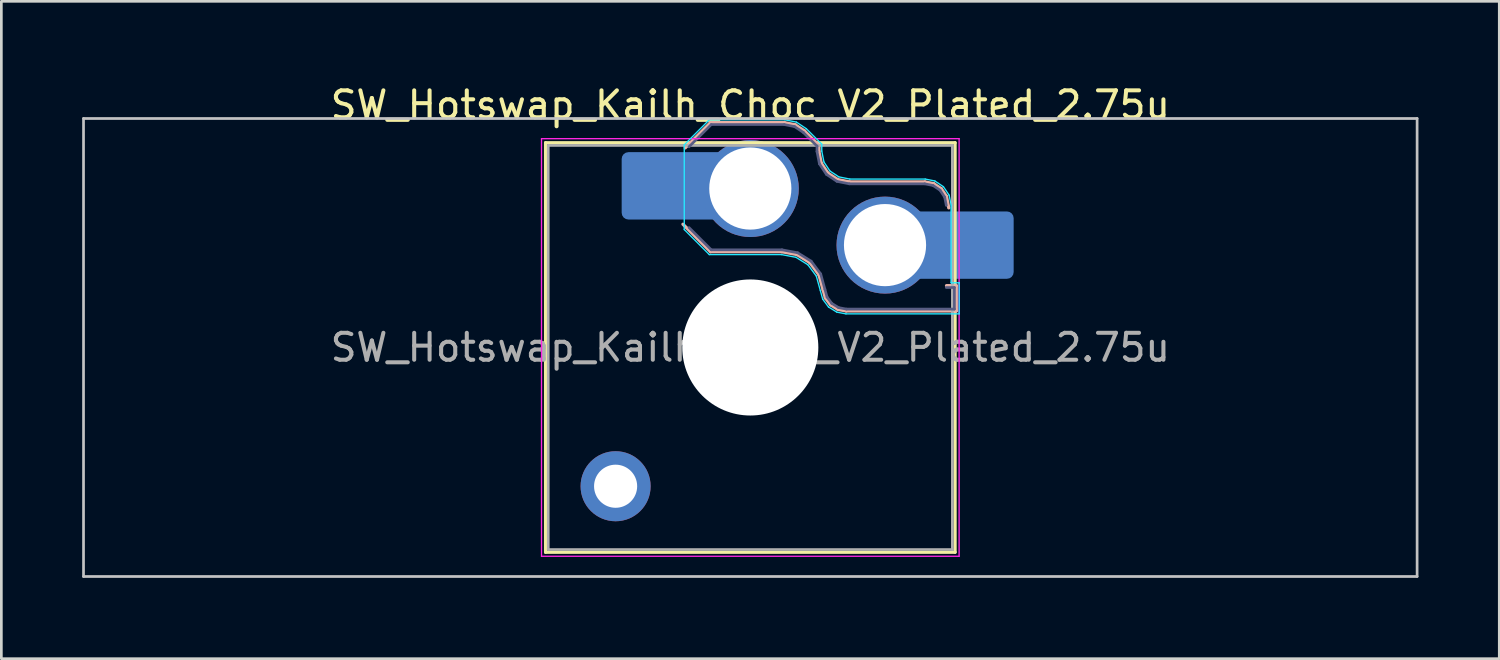
<source format=kicad_pcb>
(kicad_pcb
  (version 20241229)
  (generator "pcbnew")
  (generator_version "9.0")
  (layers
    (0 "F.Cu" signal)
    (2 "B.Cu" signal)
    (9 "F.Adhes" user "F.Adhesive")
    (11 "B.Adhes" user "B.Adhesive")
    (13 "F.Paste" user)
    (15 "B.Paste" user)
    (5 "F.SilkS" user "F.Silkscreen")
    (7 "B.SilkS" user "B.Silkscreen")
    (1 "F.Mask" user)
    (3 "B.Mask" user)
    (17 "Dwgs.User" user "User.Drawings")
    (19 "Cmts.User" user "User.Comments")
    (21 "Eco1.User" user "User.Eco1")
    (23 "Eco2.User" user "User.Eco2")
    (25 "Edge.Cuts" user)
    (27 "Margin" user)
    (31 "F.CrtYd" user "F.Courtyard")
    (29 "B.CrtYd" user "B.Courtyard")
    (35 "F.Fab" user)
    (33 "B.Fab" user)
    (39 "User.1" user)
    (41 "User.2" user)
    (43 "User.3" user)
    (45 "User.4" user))
  (footprint "SW_Hotswap_Kailh_Choc_V2_Plated_2.75u"
    (layer "F.Cu")
    (at 24.8 9.848)
    (property "Reference" "SW_Hotswap_Kailh_Choc_V2_Plated_2.75u" (at 0 -9 0) (layer "F.SilkS") (effects (font (size 1 1) (thickness 0.15))))
    (attr smd)
    (fp_line (start -7.6 -7.6) (end -7.6 7.6) (stroke (width 0.12) (type solid)) (layer "F.SilkS"))
    (fp_line (start -7.6 7.6) (end 7.6 7.6) (stroke (width 0.12) (type solid)) (layer "F.SilkS"))
    (fp_line (start 7.6 -7.6) (end -7.6 -7.6) (stroke (width 0.12) (type solid)) (layer "F.SilkS"))
    (fp_line (start 7.6 7.6) (end 7.6 -7.6) (stroke (width 0.12) (type solid)) (layer "F.SilkS"))
    (fp_line (start -2.416 -7.409) (end -1.479 -8.346) (stroke (width 0.12) (type solid)) (layer "B.SilkS"))
    (fp_line (start -1.479 -8.346) (end 1.268 -8.346) (stroke (width 0.12) (type solid)) (layer "B.SilkS"))
    (fp_line (start -1.479 -3.554) (end -2.5 -4.575) (stroke (width 0.12) (type solid)) (layer "B.SilkS"))
    (fp_line (start 1.168 -3.554) (end -1.479 -3.554) (stroke (width 0.12) (type solid)) (layer "B.SilkS"))
    (fp_line (start 1.268 -8.346) (end 1.671 -8.266) (stroke (width 0.12) (type solid)) (layer "B.SilkS"))
    (fp_line (start 1.671 -8.266) (end 2.013 -8.037) (stroke (width 0.12) (type solid)) (layer "B.SilkS"))
    (fp_line (start 1.73 -3.449) (end 1.168 -3.554) (stroke (width 0.12) (type solid)) (layer "B.SilkS"))
    (fp_line (start 2.013 -8.037) (end 2.546 -7.504) (stroke (width 0.12) (type solid)) (layer "B.SilkS"))
    (fp_line (start 2.209 -3.15) (end 1.73 -3.449) (stroke (width 0.12) (type solid)) (layer "B.SilkS"))
    (fp_line (start 2.546 -7.504) (end 2.546 -7.282) (stroke (width 0.12) (type solid)) (layer "B.SilkS"))
    (fp_line (start 2.546 -7.282) (end 2.633 -6.844) (stroke (width 0.12) (type solid)) (layer "B.SilkS"))
    (fp_line (start 2.547 -2.697) (end 2.209 -3.15) (stroke (width 0.12) (type solid)) (layer "B.SilkS"))
    (fp_line (start 2.633 -6.844) (end 2.877 -6.477) (stroke (width 0.12) (type solid)) (layer "B.SilkS"))
    (fp_line (start 2.701 -2.139) (end 2.547 -2.697) (stroke (width 0.12) (type solid)) (layer "B.SilkS"))
    (fp_line (start 2.783 -1.841) (end 2.701 -2.139) (stroke (width 0.12) (type solid)) (layer "B.SilkS"))
    (fp_line (start 2.877 -6.477) (end 3.244 -6.233) (stroke (width 0.12) (type solid)) (layer "B.SilkS"))
    (fp_line (start 2.976 -1.583) (end 2.783 -1.841) (stroke (width 0.12) (type solid)) (layer "B.SilkS"))
    (fp_line (start 3.244 -6.233) (end 3.682 -6.146) (stroke (width 0.12) (type solid)) (layer "B.SilkS"))
    (fp_line (start 3.25 -1.413) (end 2.976 -1.583) (stroke (width 0.12) (type solid)) (layer "B.SilkS"))
    (fp_line (start 3.56 -1.354) (end 3.25 -1.413) (stroke (width 0.12) (type solid)) (layer "B.SilkS"))
    (fp_line (start 3.682 -6.146) (end 6.482 -6.146) (stroke (width 0.12) (type solid)) (layer "B.SilkS"))
    (fp_line (start 6.482 -6.146) (end 6.809 -6.081) (stroke (width 0.12) (type solid)) (layer "B.SilkS"))
    (fp_line (start 6.809 -6.081) (end 7.092 -5.892) (stroke (width 0.12) (type solid)) (layer "B.SilkS"))
    (fp_line (start 7.092 -5.892) (end 7.281 -5.609) (stroke (width 0.12) (type solid)) (layer "B.SilkS"))
    (fp_line (start 7.281 -5.609) (end 7.366 -5.182) (stroke (width 0.12) (type solid)) (layer "B.SilkS"))
    (fp_line (start 7.283 -2.296) (end 7.646 -2.296) (stroke (width 0.12) (type solid)) (layer "B.SilkS"))
    (fp_line (start 7.646 -2.296) (end 7.646 -1.354) (stroke (width 0.12) (type solid)) (layer "B.SilkS"))
    (fp_line (start 7.646 -1.354) (end 3.56 -1.354) (stroke (width 0.12) (type solid)) (layer "B.SilkS"))
    (fp_line (start -24.75 -8.5) (end -24.75 8.5) (stroke (width 0.1) (type solid)) (layer "Dwgs.User"))
    (fp_line (start -24.75 8.5) (end 24.75 8.5) (stroke (width 0.1) (type solid)) (layer "Dwgs.User"))
    (fp_line (start 24.75 -8.5) (end -24.75 -8.5) (stroke (width 0.1) (type solid)) (layer "Dwgs.User"))
    (fp_line (start 24.75 8.5) (end 24.75 -8.5) (stroke (width 0.1) (type solid)) (layer "Dwgs.User"))
    (fp_line (start -7.25 -7.25) (end -7.25 7.25) (stroke (width 0.1) (type solid)) (layer "Eco1.User"))
    (fp_line (start -7.25 7.25) (end 7.25 7.25) (stroke (width 0.1) (type solid)) (layer "Eco1.User"))
    (fp_line (start 7.25 -7.25) (end -7.25 -7.25) (stroke (width 0.1) (type solid)) (layer "Eco1.User"))
    (fp_line (start 7.25 7.25) (end 7.25 -7.25) (stroke (width 0.1) (type solid)) (layer "Eco1.User"))
    (fp_line (start -2.452 -7.523) (end -1.523 -8.452) (stroke (width 0.05) (type solid)) (layer "B.CrtYd"))
    (fp_line (start -2.452 -4.377) (end -2.452 -7.523) (stroke (width 0.05) (type solid)) (layer "B.CrtYd"))
    (fp_line (start -1.523 -8.452) (end 1.278 -8.452) (stroke (width 0.05) (type solid)) (layer "B.CrtYd"))
    (fp_line (start -1.523 -3.448) (end -2.452 -4.377) (stroke (width 0.05) (type solid)) (layer "B.CrtYd"))
    (fp_line (start 1.159 -3.448) (end -1.523 -3.448) (stroke (width 0.05) (type solid)) (layer "B.CrtYd"))
    (fp_line (start 1.278 -8.452) (end 1.712 -8.366) (stroke (width 0.05) (type solid)) (layer "B.CrtYd"))
    (fp_line (start 1.691 -3.348) (end 1.159 -3.448) (stroke (width 0.05) (type solid)) (layer "B.CrtYd"))
    (fp_line (start 1.712 -8.366) (end 2.081 -8.119) (stroke (width 0.05) (type solid)) (layer "B.CrtYd"))
    (fp_line (start 2.081 -8.119) (end 2.652 -7.548) (stroke (width 0.05) (type solid)) (layer "B.CrtYd"))
    (fp_line (start 2.136 -3.071) (end 1.691 -3.348) (stroke (width 0.05) (type solid)) (layer "B.CrtYd"))
    (fp_line (start 2.45 -2.65) (end 2.136 -3.071) (stroke (width 0.05) (type solid)) (layer "B.CrtYd"))
    (fp_line (start 2.599 -2.111) (end 2.45 -2.65) (stroke (width 0.05) (type solid)) (layer "B.CrtYd"))
    (fp_line (start 2.652 -7.548) (end 2.652 -7.292) (stroke (width 0.05) (type solid)) (layer "B.CrtYd"))
    (fp_line (start 2.652 -7.292) (end 2.733 -6.885) (stroke (width 0.05) (type solid)) (layer "B.CrtYd"))
    (fp_line (start 2.687 -1.794) (end 2.599 -2.111) (stroke (width 0.05) (type solid)) (layer "B.CrtYd"))
    (fp_line (start 2.733 -6.885) (end 2.953 -6.553) (stroke (width 0.05) (type solid)) (layer "B.CrtYd"))
    (fp_line (start 2.903 -1.503) (end 2.687 -1.794) (stroke (width 0.05) (type solid)) (layer "B.CrtYd"))
    (fp_line (start 2.953 -6.553) (end 3.285 -6.333) (stroke (width 0.05) (type solid)) (layer "B.CrtYd"))
    (fp_line (start 3.211 -1.312) (end 2.903 -1.503) (stroke (width 0.05) (type solid)) (layer "B.CrtYd"))
    (fp_line (start 3.285 -6.333) (end 3.692 -6.252) (stroke (width 0.05) (type solid)) (layer "B.CrtYd"))
    (fp_line (start 3.55 -1.248) (end 3.211 -1.312) (stroke (width 0.05) (type solid)) (layer "B.CrtYd"))
    (fp_line (start 3.692 -6.252) (end 6.492 -6.252) (stroke (width 0.05) (type solid)) (layer "B.CrtYd"))
    (fp_line (start 6.492 -6.252) (end 6.85 -6.181) (stroke (width 0.05) (type solid)) (layer "B.CrtYd"))
    (fp_line (start 6.85 -6.181) (end 7.168 -5.968) (stroke (width 0.05) (type solid)) (layer "B.CrtYd"))
    (fp_line (start 7.168 -5.968) (end 7.381 -5.65) (stroke (width 0.05) (type solid)) (layer "B.CrtYd"))
    (fp_line (start 7.381 -5.65) (end 7.452 -5.292) (stroke (width 0.05) (type solid)) (layer "B.CrtYd"))
    (fp_line (start 7.452 -5.292) (end 7.452 -2.402) (stroke (width 0.05) (type solid)) (layer "B.CrtYd"))
    (fp_line (start 7.452 -2.402) (end 7.752 -2.402) (stroke (width 0.05) (type solid)) (layer "B.CrtYd"))
    (fp_line (start 7.752 -2.402) (end 7.752 -1.248) (stroke (width 0.05) (type solid)) (layer "B.CrtYd"))
    (fp_line (start 7.752 -1.248) (end 3.55 -1.248) (stroke (width 0.05) (type solid)) (layer "B.CrtYd"))
    (fp_line (start -7.75 -7.75) (end -7.75 7.75) (stroke (width 0.05) (type solid)) (layer "F.CrtYd"))
    (fp_line (start -7.75 7.75) (end 7.75 7.75) (stroke (width 0.05) (type solid)) (layer "F.CrtYd"))
    (fp_line (start 7.75 -7.75) (end -7.75 -7.75) (stroke (width 0.05) (type solid)) (layer "F.CrtYd"))
    (fp_line (start 7.75 7.75) (end 7.75 -7.75) (stroke (width 0.05) (type solid)) (layer "F.CrtYd"))
    (fp_line (start -2.275 -7.45) (end -1.45 -8.275) (stroke (width 0.1) (type solid)) (layer "B.Fab"))
    (fp_line (start -1.45 -8.275) (end 1.261 -8.275) (stroke (width 0.1) (type solid)) (layer "B.Fab"))
    (fp_line (start -1.45 -3.625) (end -2.275 -4.45) (stroke (width 0.1) (type solid)) (layer "B.Fab"))
    (fp_line (start 1.175 -3.625) (end -1.45 -3.625) (stroke (width 0.1) (type solid)) (layer "B.Fab"))
    (fp_line (start 1.261 -8.275) (end 1.643 -8.199) (stroke (width 0.1) (type solid)) (layer "B.Fab"))
    (fp_line (start 1.643 -8.199) (end 1.968 -7.982) (stroke (width 0.1) (type solid)) (layer "B.Fab"))
    (fp_line (start 1.756 -3.516) (end 1.175 -3.625) (stroke (width 0.1) (type solid)) (layer "B.Fab"))
    (fp_line (start 1.968 -7.982) (end 2.475 -7.475) (stroke (width 0.1) (type solid)) (layer "B.Fab"))
    (fp_line (start 2.258 -3.203) (end 1.756 -3.516) (stroke (width 0.1) (type solid)) (layer "B.Fab"))
    (fp_line (start 2.475 -7.475) (end 2.475 -7.275) (stroke (width 0.1) (type solid)) (layer "B.Fab"))
    (fp_line (start 2.475 -7.275) (end 2.566 -6.816) (stroke (width 0.1) (type solid)) (layer "B.Fab"))
    (fp_line (start 2.566 -6.816) (end 2.826 -6.426) (stroke (width 0.1) (type solid)) (layer "B.Fab"))
    (fp_line (start 2.612 -2.729) (end 2.258 -3.203) (stroke (width 0.1) (type solid)) (layer "B.Fab"))
    (fp_line (start 2.769 -2.158) (end 2.612 -2.729) (stroke (width 0.1) (type solid)) (layer "B.Fab"))
    (fp_line (start 2.826 -6.426) (end 3.216 -6.166) (stroke (width 0.1) (type solid)) (layer "B.Fab"))
    (fp_line (start 2.848 -1.873) (end 2.769 -2.158) (stroke (width 0.1) (type solid)) (layer "B.Fab"))
    (fp_line (start 3.025 -1.636) (end 2.848 -1.873) (stroke (width 0.1) (type solid)) (layer "B.Fab"))
    (fp_line (start 3.216 -6.166) (end 3.675 -6.075) (stroke (width 0.1) (type solid)) (layer "B.Fab"))
    (fp_line (start 3.276 -1.48) (end 3.025 -1.636) (stroke (width 0.1) (type solid)) (layer "B.Fab"))
    (fp_line (start 3.567 -1.425) (end 3.276 -1.48) (stroke (width 0.1) (type solid)) (layer "B.Fab"))
    (fp_line (start 3.675 -6.075) (end 6.475 -6.075) (stroke (width 0.1) (type solid)) (layer "B.Fab"))
    (fp_line (start 6.475 -6.075) (end 6.781 -6.014) (stroke (width 0.1) (type solid)) (layer "B.Fab"))
    (fp_line (start 6.781 -6.014) (end 7.041 -5.841) (stroke (width 0.1) (type solid)) (layer "B.Fab"))
    (fp_line (start 7.041 -5.841) (end 7.214 -5.581) (stroke (width 0.1) (type solid)) (layer "B.Fab"))
    (fp_line (start 7.214 -5.581) (end 7.275 -5.275) (stroke (width 0.1) (type solid)) (layer "B.Fab"))
    (fp_line (start 7.275 -2.225) (end 7.575 -2.225) (stroke (width 0.1) (type solid)) (layer "B.Fab"))
    (fp_line (start 7.575 -2.225) (end 7.575 -1.425) (stroke (width 0.1) (type solid)) (layer "B.Fab"))
    (fp_line (start 7.575 -1.425) (end 3.567 -1.425) (stroke (width 0.1) (type solid)) (layer "B.Fab"))
    (fp_line (start -7.5 -7.5) (end -7.5 7.5) (stroke (width 0.1) (type solid)) (layer "F.Fab"))
    (fp_line (start -7.5 7.5) (end 7.5 7.5) (stroke (width 0.1) (type solid)) (layer "F.Fab"))
    (fp_line (start 7.5 -7.5) (end -7.5 -7.5) (stroke (width 0.1) (type solid)) (layer "F.Fab"))
    (fp_line (start 7.5 7.5) (end 7.5 -7.5) (stroke (width 0.1) (type solid)) (layer "F.Fab"))
    (fp_text user "${REFERENCE}" (at 0 0 0) (layer "F.Fab") (effects (font (size 1 1) (thickness 0.15))))
    (pad "" thru_hole circle (at -5 5.15) (size 2.6 2.6) (drill 1.6) (layers "*.Cu" "*.Mask"))
    (pad "" smd roundrect (at -3.5 -6) (size 2.55 2.5) (layers "B.Mask" "B.Paste") (roundrect_rratio 0.1))
    (pad "" np_thru_hole circle (at 0 0) (size 5.05 5.05) (drill 5.05) (layers "*.Cu" "*.Mask"))
    (pad "" smd roundrect (at 8.5 -3.8) (size 2.55 2.5) (layers "B.Mask" "B.Paste") (roundrect_rratio 0.1))
    (pad "1" smd roundrect (at -2.85 -6) (size 3.85 2.5) (layers "B.Cu") (roundrect_rratio 0.1))
    (pad "1" thru_hole circle (at 0 -5.9) (size 3.6 3.6) (drill 3.05) (layers "*.Cu" "*.Mask"))
    (pad "2" thru_hole circle (at 5 -3.8) (size 3.6 3.6) (drill 3.05) (layers "*.Cu" "*.Mask"))
    (pad "2" smd roundrect (at 7.85 -3.8) (size 3.85 2.5) (layers "B.Cu") (roundrect_rratio 0.1)))
  (gr_rect
    (start -3 -3)
    (end 52.6 21.398)
    (stroke (width 0.1) (type default))
    (fill no)
    (layer "Edge.Cuts")))
</source>
